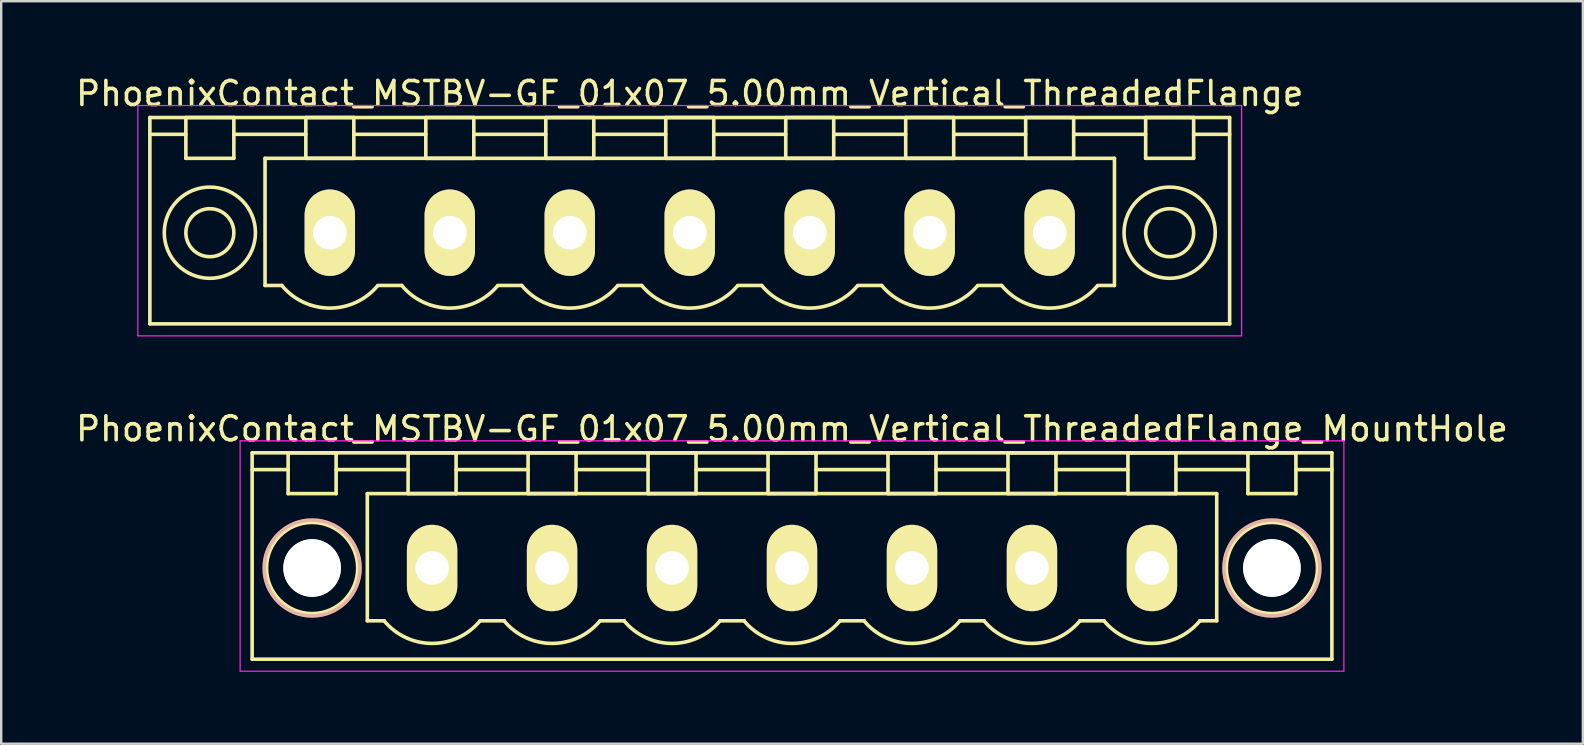
<source format=kicad_pcb>
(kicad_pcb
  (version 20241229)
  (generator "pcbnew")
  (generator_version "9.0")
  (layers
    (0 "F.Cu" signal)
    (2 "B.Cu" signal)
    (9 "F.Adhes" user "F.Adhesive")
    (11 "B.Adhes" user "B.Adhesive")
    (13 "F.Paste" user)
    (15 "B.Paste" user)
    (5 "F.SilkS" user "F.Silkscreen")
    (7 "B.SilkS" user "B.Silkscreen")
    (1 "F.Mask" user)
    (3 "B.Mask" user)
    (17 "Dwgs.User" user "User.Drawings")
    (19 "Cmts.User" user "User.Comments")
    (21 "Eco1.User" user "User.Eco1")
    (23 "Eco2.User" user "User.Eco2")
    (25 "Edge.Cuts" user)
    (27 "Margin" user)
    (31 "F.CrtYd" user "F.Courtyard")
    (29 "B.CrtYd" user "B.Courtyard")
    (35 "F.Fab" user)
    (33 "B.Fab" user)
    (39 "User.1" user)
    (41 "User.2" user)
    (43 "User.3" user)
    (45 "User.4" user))
  (footprint "PhoenixContact_MSTBV-GF_01x07_5.00mm_Vertical_ThreadedFlange_MountHole"
    (layer "F.Cu")
    (at 14.958 20.622)
    (property "Reference" "PhoenixContact_MSTBV-GF_01x07_5.00mm_Vertical_ThreadedFlange_MountHole" (at 15 -5.8 0) (layer "F.SilkS") (effects (font (size 1 1) (thickness 0.15))))
    (attr through_hole)
    (fp_line (start -7.5 -4.8) (end -7.5 3.8) (stroke (width 0.15) (type solid)) (layer "F.SilkS"))
    (fp_line (start -7.5 -4.1) (end -6 -4.1) (stroke (width 0.15) (type solid)) (layer "F.SilkS"))
    (fp_line (start -7.5 3.8) (end 37.5 3.8) (stroke (width 0.15) (type solid)) (layer "F.SilkS"))
    (fp_line (start -6 -4.8) (end -4 -4.8) (stroke (width 0.15) (type solid)) (layer "F.SilkS"))
    (fp_line (start -6 -3.1) (end -6 -4.8) (stroke (width 0.15) (type solid)) (layer "F.SilkS"))
    (fp_line (start -4 -4.8) (end -4 -3.1) (stroke (width 0.15) (type solid)) (layer "F.SilkS"))
    (fp_line (start -4 -4.1) (end -1 -4.1) (stroke (width 0.15) (type solid)) (layer "F.SilkS"))
    (fp_line (start -4 -3.1) (end -6 -3.1) (stroke (width 0.15) (type solid)) (layer "F.SilkS"))
    (fp_line (start -2.7 -3.1) (end 32.7 -3.1) (stroke (width 0.15) (type solid)) (layer "F.SilkS"))
    (fp_line (start -2.7 2.2) (end -2.7 -3.1) (stroke (width 0.15) (type solid)) (layer "F.SilkS"))
    (fp_line (start -2 2.2) (end -2.7 2.2) (stroke (width 0.15) (type solid)) (layer "F.SilkS"))
    (fp_line (start -1 -4.8) (end 1 -4.8) (stroke (width 0.15) (type solid)) (layer "F.SilkS"))
    (fp_line (start -1 -3.1) (end -1 -4.8) (stroke (width 0.15) (type solid)) (layer "F.SilkS"))
    (fp_line (start 1 -4.8) (end 1 -3.1) (stroke (width 0.15) (type solid)) (layer "F.SilkS"))
    (fp_line (start 1 -4.1) (end 4 -4.1) (stroke (width 0.15) (type solid)) (layer "F.SilkS"))
    (fp_line (start 1 -3.1) (end -1 -3.1) (stroke (width 0.15) (type solid)) (layer "F.SilkS"))
    (fp_line (start 2 2.2) (end 3 2.2) (stroke (width 0.15) (type solid)) (layer "F.SilkS"))
    (fp_line (start 4 -4.8) (end 6 -4.8) (stroke (width 0.15) (type solid)) (layer "F.SilkS"))
    (fp_line (start 4 -3.1) (end 4 -4.8) (stroke (width 0.15) (type solid)) (layer "F.SilkS"))
    (fp_line (start 6 -4.8) (end 6 -3.1) (stroke (width 0.15) (type solid)) (layer "F.SilkS"))
    (fp_line (start 6 -4.1) (end 9 -4.1) (stroke (width 0.15) (type solid)) (layer "F.SilkS"))
    (fp_line (start 6 -3.1) (end 4 -3.1) (stroke (width 0.15) (type solid)) (layer "F.SilkS"))
    (fp_line (start 7 2.2) (end 8 2.2) (stroke (width 0.15) (type solid)) (layer "F.SilkS"))
    (fp_line (start 9 -4.8) (end 11 -4.8) (stroke (width 0.15) (type solid)) (layer "F.SilkS"))
    (fp_line (start 9 -3.1) (end 9 -4.8) (stroke (width 0.15) (type solid)) (layer "F.SilkS"))
    (fp_line (start 11 -4.8) (end 11 -3.1) (stroke (width 0.15) (type solid)) (layer "F.SilkS"))
    (fp_line (start 11 -4.1) (end 14 -4.1) (stroke (width 0.15) (type solid)) (layer "F.SilkS"))
    (fp_line (start 11 -3.1) (end 9 -3.1) (stroke (width 0.15) (type solid)) (layer "F.SilkS"))
    (fp_line (start 12 2.2) (end 13 2.2) (stroke (width 0.15) (type solid)) (layer "F.SilkS"))
    (fp_line (start 14 -4.8) (end 16 -4.8) (stroke (width 0.15) (type solid)) (layer "F.SilkS"))
    (fp_line (start 14 -3.1) (end 14 -4.8) (stroke (width 0.15) (type solid)) (layer "F.SilkS"))
    (fp_line (start 16 -4.8) (end 16 -3.1) (stroke (width 0.15) (type solid)) (layer "F.SilkS"))
    (fp_line (start 16 -4.1) (end 19 -4.1) (stroke (width 0.15) (type solid)) (layer "F.SilkS"))
    (fp_line (start 16 -3.1) (end 14 -3.1) (stroke (width 0.15) (type solid)) (layer "F.SilkS"))
    (fp_line (start 17 2.2) (end 18 2.2) (stroke (width 0.15) (type solid)) (layer "F.SilkS"))
    (fp_line (start 19 -4.8) (end 21 -4.8) (stroke (width 0.15) (type solid)) (layer "F.SilkS"))
    (fp_line (start 19 -3.1) (end 19 -4.8) (stroke (width 0.15) (type solid)) (layer "F.SilkS"))
    (fp_line (start 21 -4.8) (end 21 -3.1) (stroke (width 0.15) (type solid)) (layer "F.SilkS"))
    (fp_line (start 21 -4.1) (end 24 -4.1) (stroke (width 0.15) (type solid)) (layer "F.SilkS"))
    (fp_line (start 21 -3.1) (end 19 -3.1) (stroke (width 0.15) (type solid)) (layer "F.SilkS"))
    (fp_line (start 22 2.2) (end 23 2.2) (stroke (width 0.15) (type solid)) (layer "F.SilkS"))
    (fp_line (start 24 -4.8) (end 26 -4.8) (stroke (width 0.15) (type solid)) (layer "F.SilkS"))
    (fp_line (start 24 -3.1) (end 24 -4.8) (stroke (width 0.15) (type solid)) (layer "F.SilkS"))
    (fp_line (start 26 -4.8) (end 26 -3.1) (stroke (width 0.15) (type solid)) (layer "F.SilkS"))
    (fp_line (start 26 -4.1) (end 29 -4.1) (stroke (width 0.15) (type solid)) (layer "F.SilkS"))
    (fp_line (start 26 -3.1) (end 24 -3.1) (stroke (width 0.15) (type solid)) (layer "F.SilkS"))
    (fp_line (start 27 2.2) (end 28 2.2) (stroke (width 0.15) (type solid)) (layer "F.SilkS"))
    (fp_line (start 29 -4.8) (end 31 -4.8) (stroke (width 0.15) (type solid)) (layer "F.SilkS"))
    (fp_line (start 29 -3.1) (end 29 -4.8) (stroke (width 0.15) (type solid)) (layer "F.SilkS"))
    (fp_line (start 31 -4.8) (end 31 -3.1) (stroke (width 0.15) (type solid)) (layer "F.SilkS"))
    (fp_line (start 31 -4.1) (end 34 -4.1) (stroke (width 0.15) (type solid)) (layer "F.SilkS"))
    (fp_line (start 31 -3.1) (end 29 -3.1) (stroke (width 0.15) (type solid)) (layer "F.SilkS"))
    (fp_line (start 32.7 -3.1) (end 32.7 2.2) (stroke (width 0.15) (type solid)) (layer "F.SilkS"))
    (fp_line (start 32.7 2.2) (end 32 2.2) (stroke (width 0.15) (type solid)) (layer "F.SilkS"))
    (fp_line (start 34 -4.8) (end 36 -4.8) (stroke (width 0.15) (type solid)) (layer "F.SilkS"))
    (fp_line (start 34 -3.1) (end 34 -4.8) (stroke (width 0.15) (type solid)) (layer "F.SilkS"))
    (fp_line (start 36 -4.8) (end 36 -3.1) (stroke (width 0.15) (type solid)) (layer "F.SilkS"))
    (fp_line (start 36 -3.1) (end 34 -3.1) (stroke (width 0.15) (type solid)) (layer "F.SilkS"))
    (fp_line (start 37.5 -4.8) (end -7.5 -4.8) (stroke (width 0.15) (type solid)) (layer "F.SilkS"))
    (fp_line (start 37.5 -4.1) (end 36 -4.1) (stroke (width 0.15) (type solid)) (layer "F.SilkS"))
    (fp_line (start 37.5 3.8) (end 37.5 -4.8) (stroke (width 0.15) (type solid)) (layer "F.SilkS"))
    (fp_arc (start 1.986842 2.215821) (mid -0.010289 3.142758) (end -2 2.2) (stroke (width 0.15) (type solid)) (layer "F.SilkS"))
    (fp_arc (start 6.986842 2.215821) (mid 4.989711 3.142758) (end 3 2.2) (stroke (width 0.15) (type solid)) (layer "F.SilkS"))
    (fp_arc (start 11.986842 2.215821) (mid 9.989711 3.142758) (end 8 2.2) (stroke (width 0.15) (type solid)) (layer "F.SilkS"))
    (fp_arc (start 16.986842 2.215821) (mid 14.989711 3.142758) (end 13 2.2) (stroke (width 0.15) (type solid)) (layer "F.SilkS"))
    (fp_arc (start 21.986842 2.215821) (mid 19.989711 3.142758) (end 18 2.2) (stroke (width 0.15) (type solid)) (layer "F.SilkS"))
    (fp_arc (start 26.986842 2.215821) (mid 24.989711 3.142758) (end 23 2.2) (stroke (width 0.15) (type solid)) (layer "F.SilkS"))
    (fp_arc (start 31.986842 2.215821) (mid 29.989711 3.142758) (end 28 2.2) (stroke (width 0.15) (type solid)) (layer "F.SilkS"))
    (fp_circle (center -5 0) (end -4 0) (stroke (width 0.15) (type solid)) (fill no) (layer "F.SilkS"))
    (fp_circle (center -5 0) (end -3.1 0) (stroke (width 0.15) (type solid)) (fill no) (layer "F.SilkS"))
    (fp_circle (center 35 0) (end 36 0) (stroke (width 0.15) (type solid)) (fill no) (layer "F.SilkS"))
    (fp_circle (center 35 0) (end 36.9 0) (stroke (width 0.15) (type solid)) (fill no) (layer "F.SilkS"))
    (fp_circle (center -5 0) (end -3 0) (stroke (width 0.15) (type solid)) (fill no) (layer "B.SilkS"))
    (fp_circle (center 35 0) (end 37 0) (stroke (width 0.15) (type solid)) (fill no) (layer "B.SilkS"))
    (fp_line (start -8 -5.3) (end -8 4.3) (stroke (width 0.05) (type solid)) (layer "F.CrtYd"))
    (fp_line (start -8 4.3) (end 38 4.3) (stroke (width 0.05) (type solid)) (layer "F.CrtYd"))
    (fp_line (start 38 -5.3) (end -8 -5.3) (stroke (width 0.05) (type solid)) (layer "F.CrtYd"))
    (fp_line (start 38 4.3) (end 38 -5.3) (stroke (width 0.05) (type solid)) (layer "F.CrtYd"))
    (pad "" np_thru_hole circle (at -5 0) (size 2.4 2.4) (drill 2.4) (layers "*.Cu" "*.Mask" "F.SilkS"))
    (pad "" np_thru_hole circle (at 35 0) (size 2.4 2.4) (drill 2.4) (layers "*.Cu" "*.Mask" "F.SilkS"))
    (pad "1" thru_hole oval (at 0 0) (size 2.1 3.6) (drill 1.4) (layers "*.Cu" "*.Mask" "F.SilkS"))
    (pad "2" thru_hole oval (at 5 0) (size 2.1 3.6) (drill 1.4) (layers "*.Cu" "*.Mask" "F.SilkS"))
    (pad "3" thru_hole oval (at 10 0) (size 2.1 3.6) (drill 1.4) (layers "*.Cu" "*.Mask" "F.SilkS"))
    (pad "4" thru_hole oval (at 15 0) (size 2.1 3.6) (drill 1.4) (layers "*.Cu" "*.Mask" "F.SilkS"))
    (pad "5" thru_hole oval (at 20 0) (size 2.1 3.6) (drill 1.4) (layers "*.Cu" "*.Mask" "F.SilkS"))
    (pad "6" thru_hole oval (at 25 0) (size 2.1 3.6) (drill 1.4) (layers "*.Cu" "*.Mask" "F.SilkS"))
    (pad "7" thru_hole oval (at 30 0) (size 2.1 3.6) (drill 1.4) (layers "*.Cu" "*.Mask" "F.SilkS")))
  (footprint "PhoenixContact_MSTBV-GF_01x07_5.00mm_Vertical_ThreadedFlange"
    (layer "F.Cu")
    (at 10.696 6.648)
    (property "Reference" "PhoenixContact_MSTBV-GF_01x07_5.00mm_Vertical_ThreadedFlange" (at 15 -5.8 0) (layer "F.SilkS") (effects (font (size 1 1) (thickness 0.15))))
    (attr through_hole)
    (fp_line (start -7.5 -4.8) (end -7.5 3.8) (stroke (width 0.15) (type solid)) (layer "F.SilkS"))
    (fp_line (start -7.5 -4.1) (end -6 -4.1) (stroke (width 0.15) (type solid)) (layer "F.SilkS"))
    (fp_line (start -7.5 3.8) (end 37.5 3.8) (stroke (width 0.15) (type solid)) (layer "F.SilkS"))
    (fp_line (start -6 -4.8) (end -4 -4.8) (stroke (width 0.15) (type solid)) (layer "F.SilkS"))
    (fp_line (start -6 -3.1) (end -6 -4.8) (stroke (width 0.15) (type solid)) (layer "F.SilkS"))
    (fp_line (start -4 -4.8) (end -4 -3.1) (stroke (width 0.15) (type solid)) (layer "F.SilkS"))
    (fp_line (start -4 -4.1) (end -1 -4.1) (stroke (width 0.15) (type solid)) (layer "F.SilkS"))
    (fp_line (start -4 -3.1) (end -6 -3.1) (stroke (width 0.15) (type solid)) (layer "F.SilkS"))
    (fp_line (start -2.7 -3.1) (end 32.7 -3.1) (stroke (width 0.15) (type solid)) (layer "F.SilkS"))
    (fp_line (start -2.7 2.2) (end -2.7 -3.1) (stroke (width 0.15) (type solid)) (layer "F.SilkS"))
    (fp_line (start -2 2.2) (end -2.7 2.2) (stroke (width 0.15) (type solid)) (layer "F.SilkS"))
    (fp_line (start -1 -4.8) (end 1 -4.8) (stroke (width 0.15) (type solid)) (layer "F.SilkS"))
    (fp_line (start -1 -3.1) (end -1 -4.8) (stroke (width 0.15) (type solid)) (layer "F.SilkS"))
    (fp_line (start 1 -4.8) (end 1 -3.1) (stroke (width 0.15) (type solid)) (layer "F.SilkS"))
    (fp_line (start 1 -4.1) (end 4 -4.1) (stroke (width 0.15) (type solid)) (layer "F.SilkS"))
    (fp_line (start 1 -3.1) (end -1 -3.1) (stroke (width 0.15) (type solid)) (layer "F.SilkS"))
    (fp_line (start 2 2.2) (end 3 2.2) (stroke (width 0.15) (type solid)) (layer "F.SilkS"))
    (fp_line (start 4 -4.8) (end 6 -4.8) (stroke (width 0.15) (type solid)) (layer "F.SilkS"))
    (fp_line (start 4 -3.1) (end 4 -4.8) (stroke (width 0.15) (type solid)) (layer "F.SilkS"))
    (fp_line (start 6 -4.8) (end 6 -3.1) (stroke (width 0.15) (type solid)) (layer "F.SilkS"))
    (fp_line (start 6 -4.1) (end 9 -4.1) (stroke (width 0.15) (type solid)) (layer "F.SilkS"))
    (fp_line (start 6 -3.1) (end 4 -3.1) (stroke (width 0.15) (type solid)) (layer "F.SilkS"))
    (fp_line (start 7 2.2) (end 8 2.2) (stroke (width 0.15) (type solid)) (layer "F.SilkS"))
    (fp_line (start 9 -4.8) (end 11 -4.8) (stroke (width 0.15) (type solid)) (layer "F.SilkS"))
    (fp_line (start 9 -3.1) (end 9 -4.8) (stroke (width 0.15) (type solid)) (layer "F.SilkS"))
    (fp_line (start 11 -4.8) (end 11 -3.1) (stroke (width 0.15) (type solid)) (layer "F.SilkS"))
    (fp_line (start 11 -4.1) (end 14 -4.1) (stroke (width 0.15) (type solid)) (layer "F.SilkS"))
    (fp_line (start 11 -3.1) (end 9 -3.1) (stroke (width 0.15) (type solid)) (layer "F.SilkS"))
    (fp_line (start 12 2.2) (end 13 2.2) (stroke (width 0.15) (type solid)) (layer "F.SilkS"))
    (fp_line (start 14 -4.8) (end 16 -4.8) (stroke (width 0.15) (type solid)) (layer "F.SilkS"))
    (fp_line (start 14 -3.1) (end 14 -4.8) (stroke (width 0.15) (type solid)) (layer "F.SilkS"))
    (fp_line (start 16 -4.8) (end 16 -3.1) (stroke (width 0.15) (type solid)) (layer "F.SilkS"))
    (fp_line (start 16 -4.1) (end 19 -4.1) (stroke (width 0.15) (type solid)) (layer "F.SilkS"))
    (fp_line (start 16 -3.1) (end 14 -3.1) (stroke (width 0.15) (type solid)) (layer "F.SilkS"))
    (fp_line (start 17 2.2) (end 18 2.2) (stroke (width 0.15) (type solid)) (layer "F.SilkS"))
    (fp_line (start 19 -4.8) (end 21 -4.8) (stroke (width 0.15) (type solid)) (layer "F.SilkS"))
    (fp_line (start 19 -3.1) (end 19 -4.8) (stroke (width 0.15) (type solid)) (layer "F.SilkS"))
    (fp_line (start 21 -4.8) (end 21 -3.1) (stroke (width 0.15) (type solid)) (layer "F.SilkS"))
    (fp_line (start 21 -4.1) (end 24 -4.1) (stroke (width 0.15) (type solid)) (layer "F.SilkS"))
    (fp_line (start 21 -3.1) (end 19 -3.1) (stroke (width 0.15) (type solid)) (layer "F.SilkS"))
    (fp_line (start 22 2.2) (end 23 2.2) (stroke (width 0.15) (type solid)) (layer "F.SilkS"))
    (fp_line (start 24 -4.8) (end 26 -4.8) (stroke (width 0.15) (type solid)) (layer "F.SilkS"))
    (fp_line (start 24 -3.1) (end 24 -4.8) (stroke (width 0.15) (type solid)) (layer "F.SilkS"))
    (fp_line (start 26 -4.8) (end 26 -3.1) (stroke (width 0.15) (type solid)) (layer "F.SilkS"))
    (fp_line (start 26 -4.1) (end 29 -4.1) (stroke (width 0.15) (type solid)) (layer "F.SilkS"))
    (fp_line (start 26 -3.1) (end 24 -3.1) (stroke (width 0.15) (type solid)) (layer "F.SilkS"))
    (fp_line (start 27 2.2) (end 28 2.2) (stroke (width 0.15) (type solid)) (layer "F.SilkS"))
    (fp_line (start 29 -4.8) (end 31 -4.8) (stroke (width 0.15) (type solid)) (layer "F.SilkS"))
    (fp_line (start 29 -3.1) (end 29 -4.8) (stroke (width 0.15) (type solid)) (layer "F.SilkS"))
    (fp_line (start 31 -4.8) (end 31 -3.1) (stroke (width 0.15) (type solid)) (layer "F.SilkS"))
    (fp_line (start 31 -4.1) (end 34 -4.1) (stroke (width 0.15) (type solid)) (layer "F.SilkS"))
    (fp_line (start 31 -3.1) (end 29 -3.1) (stroke (width 0.15) (type solid)) (layer "F.SilkS"))
    (fp_line (start 32.7 -3.1) (end 32.7 2.2) (stroke (width 0.15) (type solid)) (layer "F.SilkS"))
    (fp_line (start 32.7 2.2) (end 32 2.2) (stroke (width 0.15) (type solid)) (layer "F.SilkS"))
    (fp_line (start 34 -4.8) (end 36 -4.8) (stroke (width 0.15) (type solid)) (layer "F.SilkS"))
    (fp_line (start 34 -3.1) (end 34 -4.8) (stroke (width 0.15) (type solid)) (layer "F.SilkS"))
    (fp_line (start 36 -4.8) (end 36 -3.1) (stroke (width 0.15) (type solid)) (layer "F.SilkS"))
    (fp_line (start 36 -3.1) (end 34 -3.1) (stroke (width 0.15) (type solid)) (layer "F.SilkS"))
    (fp_line (start 37.5 -4.8) (end -7.5 -4.8) (stroke (width 0.15) (type solid)) (layer "F.SilkS"))
    (fp_line (start 37.5 -4.1) (end 36 -4.1) (stroke (width 0.15) (type solid)) (layer "F.SilkS"))
    (fp_line (start 37.5 3.8) (end 37.5 -4.8) (stroke (width 0.15) (type solid)) (layer "F.SilkS"))
    (fp_arc (start 1.986842 2.215821) (mid -0.010289 3.142758) (end -2 2.2) (stroke (width 0.15) (type solid)) (layer "F.SilkS"))
    (fp_arc (start 6.986842 2.215821) (mid 4.989711 3.142758) (end 3 2.2) (stroke (width 0.15) (type solid)) (layer "F.SilkS"))
    (fp_arc (start 11.986842 2.215821) (mid 9.989711 3.142758) (end 8 2.2) (stroke (width 0.15) (type solid)) (layer "F.SilkS"))
    (fp_arc (start 16.986842 2.215821) (mid 14.989711 3.142758) (end 13 2.2) (stroke (width 0.15) (type solid)) (layer "F.SilkS"))
    (fp_arc (start 21.986842 2.215821) (mid 19.989711 3.142758) (end 18 2.2) (stroke (width 0.15) (type solid)) (layer "F.SilkS"))
    (fp_arc (start 26.986842 2.215821) (mid 24.989711 3.142758) (end 23 2.2) (stroke (width 0.15) (type solid)) (layer "F.SilkS"))
    (fp_arc (start 31.986842 2.215821) (mid 29.989711 3.142758) (end 28 2.2) (stroke (width 0.15) (type solid)) (layer "F.SilkS"))
    (fp_circle (center -5 0) (end -4 0) (stroke (width 0.15) (type solid)) (fill no) (layer "F.SilkS"))
    (fp_circle (center -5 0) (end -3.1 0) (stroke (width 0.15) (type solid)) (fill no) (layer "F.SilkS"))
    (fp_circle (center 35 0) (end 36 0) (stroke (width 0.15) (type solid)) (fill no) (layer "F.SilkS"))
    (fp_circle (center 35 0) (end 36.9 0) (stroke (width 0.15) (type solid)) (fill no) (layer "F.SilkS"))
    (fp_line (start -8 -5.3) (end -8 4.3) (stroke (width 0.05) (type solid)) (layer "F.CrtYd"))
    (fp_line (start -8 4.3) (end 38 4.3) (stroke (width 0.05) (type solid)) (layer "F.CrtYd"))
    (fp_line (start 38 -5.3) (end -8 -5.3) (stroke (width 0.05) (type solid)) (layer "F.CrtYd"))
    (fp_line (start 38 4.3) (end 38 -5.3) (stroke (width 0.05) (type solid)) (layer "F.CrtYd"))
    (pad "1" thru_hole oval (at 0 0) (size 2.1 3.6) (drill 1.4) (layers "*.Cu" "*.Mask" "F.SilkS"))
    (pad "2" thru_hole oval (at 5 0) (size 2.1 3.6) (drill 1.4) (layers "*.Cu" "*.Mask" "F.SilkS"))
    (pad "3" thru_hole oval (at 10 0) (size 2.1 3.6) (drill 1.4) (layers "*.Cu" "*.Mask" "F.SilkS"))
    (pad "4" thru_hole oval (at 15 0) (size 2.1 3.6) (drill 1.4) (layers "*.Cu" "*.Mask" "F.SilkS"))
    (pad "5" thru_hole oval (at 20 0) (size 2.1 3.6) (drill 1.4) (layers "*.Cu" "*.Mask" "F.SilkS"))
    (pad "6" thru_hole oval (at 25 0) (size 2.1 3.6) (drill 1.4) (layers "*.Cu" "*.Mask" "F.SilkS"))
    (pad "7" thru_hole oval (at 30 0) (size 2.1 3.6) (drill 1.4) (layers "*.Cu" "*.Mask" "F.SilkS")))
  (gr_rect
    (start -3 -3)
    (end 62.917 27.947)
    (stroke (width 0.1) (type default))
    (fill no)
    (layer "Edge.Cuts")))
</source>
